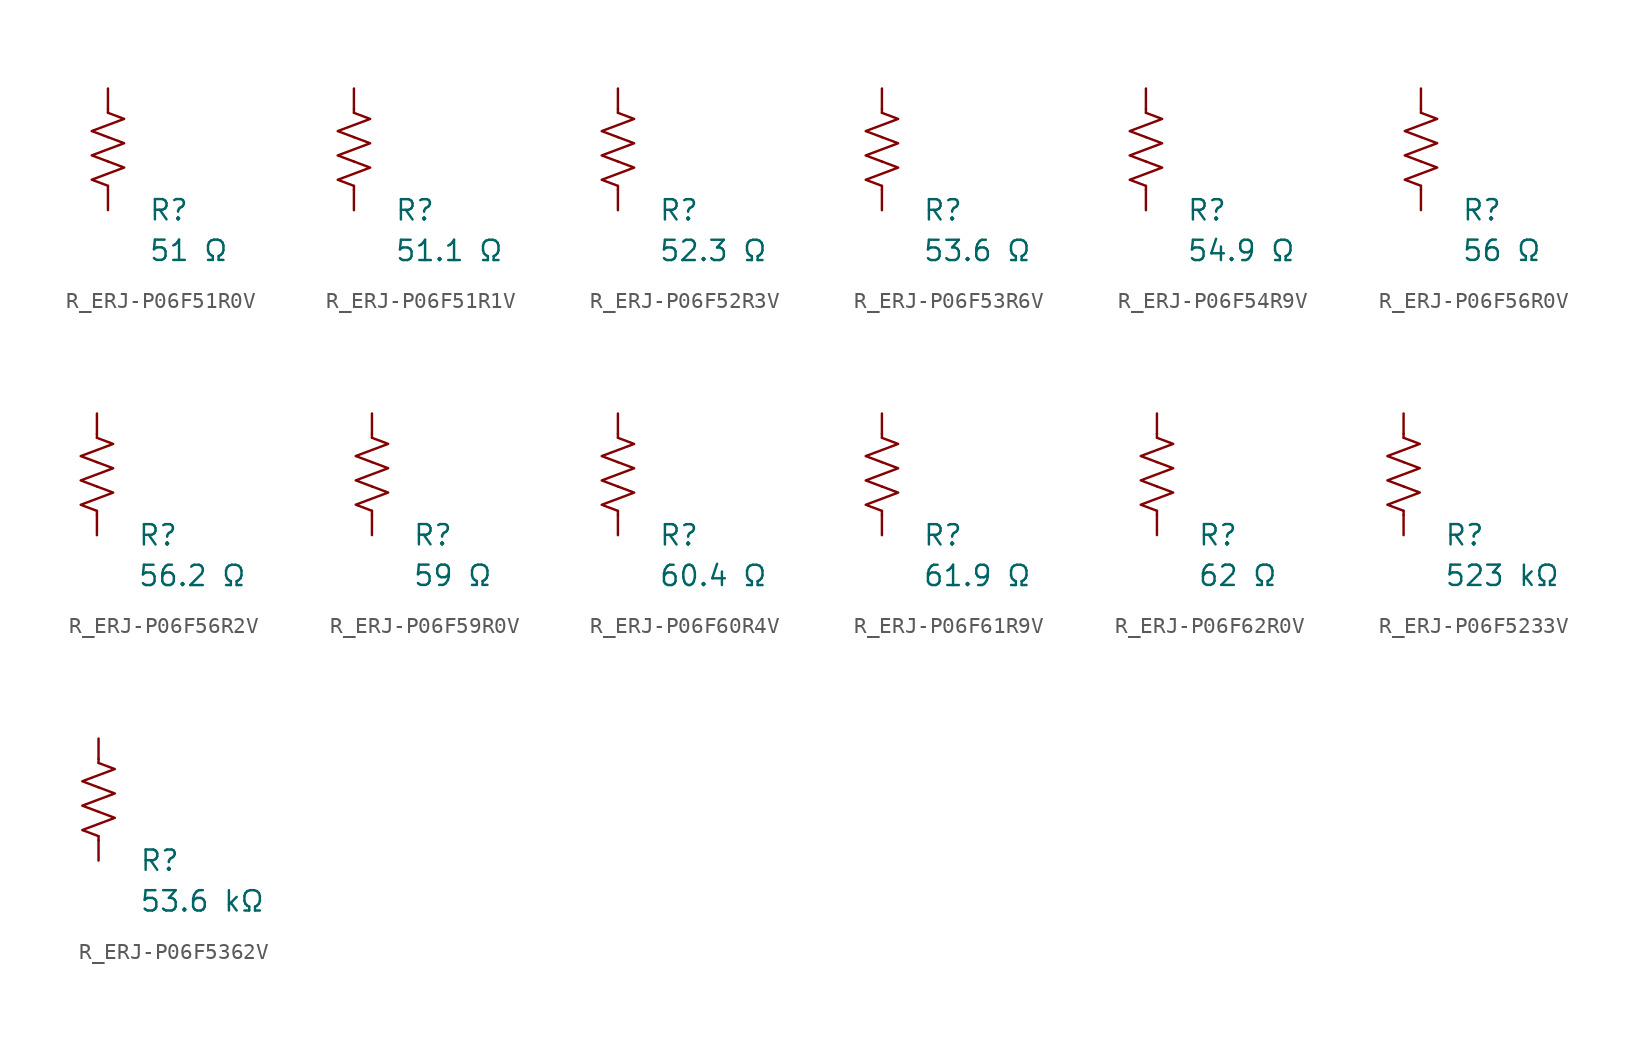
<source format=kicad_sym>
(kicad_symbol_lib
  (version 20231120)
  (generator "kicad_symbol_editor")
  (generator_version "8.0")
  (symbol "R_ERJ-P06F51R0V"
    (pin_numbers hide)
    (pin_names
      (offset 0))
    (property "Reference" "R"
      (at 2.54 -3.81 0)
      (effects (font (size 1.27 1.27)) (justify left))
      (show_name no))
    (property "Value" "51 Ω"
      (at 2.54 -6.35 0)
      (effects (font (size 1.27 1.27)) (justify left))
      (show_name no))
    (symbol "R_ERJ-P06F51R0V_0_1"
      (polyline (pts (xy 0 -2.286) (xy 0 -2.54)) (stroke (width 0) (type default)) (fill (type none)))
      (polyline (pts (xy 0 2.286) (xy 0 2.54)) (stroke (width 0) (type default)) (fill (type none)))
      (polyline (pts (xy 0 -0.762) (xy 1.016 -1.143) (xy 0 -1.524) (xy -1.016 -1.905) (xy 0 -2.286)) (stroke (width 0) (type default)) (fill (type none)))
      (polyline (pts (xy 0 0.762) (xy 1.016 0.381) (xy 0 0) (xy -1.016 -0.381) (xy 0 -0.762)) (stroke (width 0) (type default)) (fill (type none)))
      (polyline (pts (xy 0 2.286) (xy 1.016 1.905) (xy 0 1.524) (xy -1.016 1.143) (xy 0 0.762)) (stroke (width 0) (type default)) (fill (type none))))
    (symbol "R_ERJ-P06F51R0V_1_1"
      (pin passive line (at 0 3.81 270) (length 1.27) (name "~" (effects (font (size 1.27 1.27)))) (number "1" (effects (font (size 1.27 1.27)))))
      (pin passive line (at 0 -3.81 90) (length 1.27) (name "~" (effects (font (size 1.27 1.27)))) (number "2" (effects (font (size 1.27 1.27)))))))
  (symbol "R_ERJ-P06F51R1V"
    (pin_numbers hide)
    (pin_names
      (offset 0))
    (property "Reference" "R"
      (at 2.54 -3.81 0)
      (effects (font (size 1.27 1.27)) (justify left))
      (show_name no))
    (property "Value" "51.1 Ω"
      (at 2.54 -6.35 0)
      (effects (font (size 1.27 1.27)) (justify left))
      (show_name no))
    (symbol "R_ERJ-P06F51R1V_0_1"
      (polyline (pts (xy 0 -2.286) (xy 0 -2.54)) (stroke (width 0) (type default)) (fill (type none)))
      (polyline (pts (xy 0 2.286) (xy 0 2.54)) (stroke (width 0) (type default)) (fill (type none)))
      (polyline (pts (xy 0 -0.762) (xy 1.016 -1.143) (xy 0 -1.524) (xy -1.016 -1.905) (xy 0 -2.286)) (stroke (width 0) (type default)) (fill (type none)))
      (polyline (pts (xy 0 0.762) (xy 1.016 0.381) (xy 0 0) (xy -1.016 -0.381) (xy 0 -0.762)) (stroke (width 0) (type default)) (fill (type none)))
      (polyline (pts (xy 0 2.286) (xy 1.016 1.905) (xy 0 1.524) (xy -1.016 1.143) (xy 0 0.762)) (stroke (width 0) (type default)) (fill (type none))))
    (symbol "R_ERJ-P06F51R1V_1_1"
      (pin passive line (at 0 3.81 270) (length 1.27) (name "~" (effects (font (size 1.27 1.27)))) (number "1" (effects (font (size 1.27 1.27)))))
      (pin passive line (at 0 -3.81 90) (length 1.27) (name "~" (effects (font (size 1.27 1.27)))) (number "2" (effects (font (size 1.27 1.27)))))))
  (symbol "R_ERJ-P06F52R3V"
    (pin_numbers hide)
    (pin_names
      (offset 0))
    (property "Reference" "R"
      (at 2.54 -3.81 0)
      (effects (font (size 1.27 1.27)) (justify left))
      (show_name no))
    (property "Value" "52.3 Ω"
      (at 2.54 -6.35 0)
      (effects (font (size 1.27 1.27)) (justify left))
      (show_name no))
    (symbol "R_ERJ-P06F52R3V_0_1"
      (polyline (pts (xy 0 -2.286) (xy 0 -2.54)) (stroke (width 0) (type default)) (fill (type none)))
      (polyline (pts (xy 0 2.286) (xy 0 2.54)) (stroke (width 0) (type default)) (fill (type none)))
      (polyline (pts (xy 0 -0.762) (xy 1.016 -1.143) (xy 0 -1.524) (xy -1.016 -1.905) (xy 0 -2.286)) (stroke (width 0) (type default)) (fill (type none)))
      (polyline (pts (xy 0 0.762) (xy 1.016 0.381) (xy 0 0) (xy -1.016 -0.381) (xy 0 -0.762)) (stroke (width 0) (type default)) (fill (type none)))
      (polyline (pts (xy 0 2.286) (xy 1.016 1.905) (xy 0 1.524) (xy -1.016 1.143) (xy 0 0.762)) (stroke (width 0) (type default)) (fill (type none))))
    (symbol "R_ERJ-P06F52R3V_1_1"
      (pin passive line (at 0 3.81 270) (length 1.27) (name "~" (effects (font (size 1.27 1.27)))) (number "1" (effects (font (size 1.27 1.27)))))
      (pin passive line (at 0 -3.81 90) (length 1.27) (name "~" (effects (font (size 1.27 1.27)))) (number "2" (effects (font (size 1.27 1.27)))))))
  (symbol "R_ERJ-P06F53R6V"
    (pin_numbers hide)
    (pin_names
      (offset 0))
    (property "Reference" "R"
      (at 2.54 -3.81 0)
      (effects (font (size 1.27 1.27)) (justify left))
      (show_name no))
    (property "Value" "53.6 Ω"
      (at 2.54 -6.35 0)
      (effects (font (size 1.27 1.27)) (justify left))
      (show_name no))
    (symbol "R_ERJ-P06F53R6V_0_1"
      (polyline (pts (xy 0 -2.286) (xy 0 -2.54)) (stroke (width 0) (type default)) (fill (type none)))
      (polyline (pts (xy 0 2.286) (xy 0 2.54)) (stroke (width 0) (type default)) (fill (type none)))
      (polyline (pts (xy 0 -0.762) (xy 1.016 -1.143) (xy 0 -1.524) (xy -1.016 -1.905) (xy 0 -2.286)) (stroke (width 0) (type default)) (fill (type none)))
      (polyline (pts (xy 0 0.762) (xy 1.016 0.381) (xy 0 0) (xy -1.016 -0.381) (xy 0 -0.762)) (stroke (width 0) (type default)) (fill (type none)))
      (polyline (pts (xy 0 2.286) (xy 1.016 1.905) (xy 0 1.524) (xy -1.016 1.143) (xy 0 0.762)) (stroke (width 0) (type default)) (fill (type none))))
    (symbol "R_ERJ-P06F53R6V_1_1"
      (pin passive line (at 0 3.81 270) (length 1.27) (name "~" (effects (font (size 1.27 1.27)))) (number "1" (effects (font (size 1.27 1.27)))))
      (pin passive line (at 0 -3.81 90) (length 1.27) (name "~" (effects (font (size 1.27 1.27)))) (number "2" (effects (font (size 1.27 1.27)))))))
  (symbol "R_ERJ-P06F54R9V"
    (pin_numbers hide)
    (pin_names
      (offset 0))
    (property "Reference" "R"
      (at 2.54 -3.81 0)
      (effects (font (size 1.27 1.27)) (justify left))
      (show_name no))
    (property "Value" "54.9 Ω"
      (at 2.54 -6.35 0)
      (effects (font (size 1.27 1.27)) (justify left))
      (show_name no))
    (symbol "R_ERJ-P06F54R9V_0_1"
      (polyline (pts (xy 0 -2.286) (xy 0 -2.54)) (stroke (width 0) (type default)) (fill (type none)))
      (polyline (pts (xy 0 2.286) (xy 0 2.54)) (stroke (width 0) (type default)) (fill (type none)))
      (polyline (pts (xy 0 -0.762) (xy 1.016 -1.143) (xy 0 -1.524) (xy -1.016 -1.905) (xy 0 -2.286)) (stroke (width 0) (type default)) (fill (type none)))
      (polyline (pts (xy 0 0.762) (xy 1.016 0.381) (xy 0 0) (xy -1.016 -0.381) (xy 0 -0.762)) (stroke (width 0) (type default)) (fill (type none)))
      (polyline (pts (xy 0 2.286) (xy 1.016 1.905) (xy 0 1.524) (xy -1.016 1.143) (xy 0 0.762)) (stroke (width 0) (type default)) (fill (type none))))
    (symbol "R_ERJ-P06F54R9V_1_1"
      (pin passive line (at 0 3.81 270) (length 1.27) (name "~" (effects (font (size 1.27 1.27)))) (number "1" (effects (font (size 1.27 1.27)))))
      (pin passive line (at 0 -3.81 90) (length 1.27) (name "~" (effects (font (size 1.27 1.27)))) (number "2" (effects (font (size 1.27 1.27)))))))
  (symbol "R_ERJ-P06F56R0V"
    (pin_numbers hide)
    (pin_names
      (offset 0))
    (property "Reference" "R"
      (at 2.54 -3.81 0)
      (effects (font (size 1.27 1.27)) (justify left))
      (show_name no))
    (property "Value" "56 Ω"
      (at 2.54 -6.35 0)
      (effects (font (size 1.27 1.27)) (justify left))
      (show_name no))
    (symbol "R_ERJ-P06F56R0V_0_1"
      (polyline (pts (xy 0 -2.286) (xy 0 -2.54)) (stroke (width 0) (type default)) (fill (type none)))
      (polyline (pts (xy 0 2.286) (xy 0 2.54)) (stroke (width 0) (type default)) (fill (type none)))
      (polyline (pts (xy 0 -0.762) (xy 1.016 -1.143) (xy 0 -1.524) (xy -1.016 -1.905) (xy 0 -2.286)) (stroke (width 0) (type default)) (fill (type none)))
      (polyline (pts (xy 0 0.762) (xy 1.016 0.381) (xy 0 0) (xy -1.016 -0.381) (xy 0 -0.762)) (stroke (width 0) (type default)) (fill (type none)))
      (polyline (pts (xy 0 2.286) (xy 1.016 1.905) (xy 0 1.524) (xy -1.016 1.143) (xy 0 0.762)) (stroke (width 0) (type default)) (fill (type none))))
    (symbol "R_ERJ-P06F56R0V_1_1"
      (pin passive line (at 0 3.81 270) (length 1.27) (name "~" (effects (font (size 1.27 1.27)))) (number "1" (effects (font (size 1.27 1.27)))))
      (pin passive line (at 0 -3.81 90) (length 1.27) (name "~" (effects (font (size 1.27 1.27)))) (number "2" (effects (font (size 1.27 1.27)))))))
  (symbol "R_ERJ-P06F56R2V"
    (pin_numbers hide)
    (pin_names
      (offset 0))
    (property "Reference" "R"
      (at 2.54 -3.81 0)
      (effects (font (size 1.27 1.27)) (justify left))
      (show_name no))
    (property "Value" "56.2 Ω"
      (at 2.54 -6.35 0)
      (effects (font (size 1.27 1.27)) (justify left))
      (show_name no))
    (symbol "R_ERJ-P06F56R2V_0_1"
      (polyline (pts (xy 0 -2.286) (xy 0 -2.54)) (stroke (width 0) (type default)) (fill (type none)))
      (polyline (pts (xy 0 2.286) (xy 0 2.54)) (stroke (width 0) (type default)) (fill (type none)))
      (polyline (pts (xy 0 -0.762) (xy 1.016 -1.143) (xy 0 -1.524) (xy -1.016 -1.905) (xy 0 -2.286)) (stroke (width 0) (type default)) (fill (type none)))
      (polyline (pts (xy 0 0.762) (xy 1.016 0.381) (xy 0 0) (xy -1.016 -0.381) (xy 0 -0.762)) (stroke (width 0) (type default)) (fill (type none)))
      (polyline (pts (xy 0 2.286) (xy 1.016 1.905) (xy 0 1.524) (xy -1.016 1.143) (xy 0 0.762)) (stroke (width 0) (type default)) (fill (type none))))
    (symbol "R_ERJ-P06F56R2V_1_1"
      (pin passive line (at 0 3.81 270) (length 1.27) (name "~" (effects (font (size 1.27 1.27)))) (number "1" (effects (font (size 1.27 1.27)))))
      (pin passive line (at 0 -3.81 90) (length 1.27) (name "~" (effects (font (size 1.27 1.27)))) (number "2" (effects (font (size 1.27 1.27)))))))
  (symbol "R_ERJ-P06F59R0V"
    (pin_numbers hide)
    (pin_names
      (offset 0))
    (property "Reference" "R"
      (at 2.54 -3.81 0)
      (effects (font (size 1.27 1.27)) (justify left))
      (show_name no))
    (property "Value" "59 Ω"
      (at 2.54 -6.35 0)
      (effects (font (size 1.27 1.27)) (justify left))
      (show_name no))
    (symbol "R_ERJ-P06F59R0V_0_1"
      (polyline (pts (xy 0 -2.286) (xy 0 -2.54)) (stroke (width 0) (type default)) (fill (type none)))
      (polyline (pts (xy 0 2.286) (xy 0 2.54)) (stroke (width 0) (type default)) (fill (type none)))
      (polyline (pts (xy 0 -0.762) (xy 1.016 -1.143) (xy 0 -1.524) (xy -1.016 -1.905) (xy 0 -2.286)) (stroke (width 0) (type default)) (fill (type none)))
      (polyline (pts (xy 0 0.762) (xy 1.016 0.381) (xy 0 0) (xy -1.016 -0.381) (xy 0 -0.762)) (stroke (width 0) (type default)) (fill (type none)))
      (polyline (pts (xy 0 2.286) (xy 1.016 1.905) (xy 0 1.524) (xy -1.016 1.143) (xy 0 0.762)) (stroke (width 0) (type default)) (fill (type none))))
    (symbol "R_ERJ-P06F59R0V_1_1"
      (pin passive line (at 0 3.81 270) (length 1.27) (name "~" (effects (font (size 1.27 1.27)))) (number "1" (effects (font (size 1.27 1.27)))))
      (pin passive line (at 0 -3.81 90) (length 1.27) (name "~" (effects (font (size 1.27 1.27)))) (number "2" (effects (font (size 1.27 1.27)))))))
  (symbol "R_ERJ-P06F60R4V"
    (pin_numbers hide)
    (pin_names
      (offset 0))
    (property "Reference" "R"
      (at 2.54 -3.81 0)
      (effects (font (size 1.27 1.27)) (justify left))
      (show_name no))
    (property "Value" "60.4 Ω"
      (at 2.54 -6.35 0)
      (effects (font (size 1.27 1.27)) (justify left))
      (show_name no))
    (symbol "R_ERJ-P06F60R4V_0_1"
      (polyline (pts (xy 0 -2.286) (xy 0 -2.54)) (stroke (width 0) (type default)) (fill (type none)))
      (polyline (pts (xy 0 2.286) (xy 0 2.54)) (stroke (width 0) (type default)) (fill (type none)))
      (polyline (pts (xy 0 -0.762) (xy 1.016 -1.143) (xy 0 -1.524) (xy -1.016 -1.905) (xy 0 -2.286)) (stroke (width 0) (type default)) (fill (type none)))
      (polyline (pts (xy 0 0.762) (xy 1.016 0.381) (xy 0 0) (xy -1.016 -0.381) (xy 0 -0.762)) (stroke (width 0) (type default)) (fill (type none)))
      (polyline (pts (xy 0 2.286) (xy 1.016 1.905) (xy 0 1.524) (xy -1.016 1.143) (xy 0 0.762)) (stroke (width 0) (type default)) (fill (type none))))
    (symbol "R_ERJ-P06F60R4V_1_1"
      (pin passive line (at 0 3.81 270) (length 1.27) (name "~" (effects (font (size 1.27 1.27)))) (number "1" (effects (font (size 1.27 1.27)))))
      (pin passive line (at 0 -3.81 90) (length 1.27) (name "~" (effects (font (size 1.27 1.27)))) (number "2" (effects (font (size 1.27 1.27)))))))
  (symbol "R_ERJ-P06F61R9V"
    (pin_numbers hide)
    (pin_names
      (offset 0))
    (property "Reference" "R"
      (at 2.54 -3.81 0)
      (effects (font (size 1.27 1.27)) (justify left))
      (show_name no))
    (property "Value" "61.9 Ω"
      (at 2.54 -6.35 0)
      (effects (font (size 1.27 1.27)) (justify left))
      (show_name no))
    (symbol "R_ERJ-P06F61R9V_0_1"
      (polyline (pts (xy 0 -2.286) (xy 0 -2.54)) (stroke (width 0) (type default)) (fill (type none)))
      (polyline (pts (xy 0 2.286) (xy 0 2.54)) (stroke (width 0) (type default)) (fill (type none)))
      (polyline (pts (xy 0 -0.762) (xy 1.016 -1.143) (xy 0 -1.524) (xy -1.016 -1.905) (xy 0 -2.286)) (stroke (width 0) (type default)) (fill (type none)))
      (polyline (pts (xy 0 0.762) (xy 1.016 0.381) (xy 0 0) (xy -1.016 -0.381) (xy 0 -0.762)) (stroke (width 0) (type default)) (fill (type none)))
      (polyline (pts (xy 0 2.286) (xy 1.016 1.905) (xy 0 1.524) (xy -1.016 1.143) (xy 0 0.762)) (stroke (width 0) (type default)) (fill (type none))))
    (symbol "R_ERJ-P06F61R9V_1_1"
      (pin passive line (at 0 3.81 270) (length 1.27) (name "~" (effects (font (size 1.27 1.27)))) (number "1" (effects (font (size 1.27 1.27)))))
      (pin passive line (at 0 -3.81 90) (length 1.27) (name "~" (effects (font (size 1.27 1.27)))) (number "2" (effects (font (size 1.27 1.27)))))))
  (symbol "R_ERJ-P06F62R0V"
    (pin_numbers hide)
    (pin_names
      (offset 0))
    (property "Reference" "R"
      (at 2.54 -3.81 0)
      (effects (font (size 1.27 1.27)) (justify left))
      (show_name no))
    (property "Value" "62 Ω"
      (at 2.54 -6.35 0)
      (effects (font (size 1.27 1.27)) (justify left))
      (show_name no))
    (symbol "R_ERJ-P06F62R0V_0_1"
      (polyline (pts (xy 0 -2.286) (xy 0 -2.54)) (stroke (width 0) (type default)) (fill (type none)))
      (polyline (pts (xy 0 2.286) (xy 0 2.54)) (stroke (width 0) (type default)) (fill (type none)))
      (polyline (pts (xy 0 -0.762) (xy 1.016 -1.143) (xy 0 -1.524) (xy -1.016 -1.905) (xy 0 -2.286)) (stroke (width 0) (type default)) (fill (type none)))
      (polyline (pts (xy 0 0.762) (xy 1.016 0.381) (xy 0 0) (xy -1.016 -0.381) (xy 0 -0.762)) (stroke (width 0) (type default)) (fill (type none)))
      (polyline (pts (xy 0 2.286) (xy 1.016 1.905) (xy 0 1.524) (xy -1.016 1.143) (xy 0 0.762)) (stroke (width 0) (type default)) (fill (type none))))
    (symbol "R_ERJ-P06F62R0V_1_1"
      (pin passive line (at 0 3.81 270) (length 1.27) (name "~" (effects (font (size 1.27 1.27)))) (number "1" (effects (font (size 1.27 1.27)))))
      (pin passive line (at 0 -3.81 90) (length 1.27) (name "~" (effects (font (size 1.27 1.27)))) (number "2" (effects (font (size 1.27 1.27)))))))
  (symbol "R_ERJ-P06F5233V"
    (pin_numbers hide)
    (pin_names
      (offset 0))
    (property "Reference" "R"
      (at 2.54 -3.81 0)
      (effects (font (size 1.27 1.27)) (justify left))
      (show_name no))
    (property "Value" "523 kΩ"
      (at 2.54 -6.35 0)
      (effects (font (size 1.27 1.27)) (justify left))
      (show_name no))
    (symbol "R_ERJ-P06F5233V_0_1"
      (polyline (pts (xy 0 -2.286) (xy 0 -2.54)) (stroke (width 0) (type default)) (fill (type none)))
      (polyline (pts (xy 0 2.286) (xy 0 2.54)) (stroke (width 0) (type default)) (fill (type none)))
      (polyline (pts (xy 0 -0.762) (xy 1.016 -1.143) (xy 0 -1.524) (xy -1.016 -1.905) (xy 0 -2.286)) (stroke (width 0) (type default)) (fill (type none)))
      (polyline (pts (xy 0 0.762) (xy 1.016 0.381) (xy 0 0) (xy -1.016 -0.381) (xy 0 -0.762)) (stroke (width 0) (type default)) (fill (type none)))
      (polyline (pts (xy 0 2.286) (xy 1.016 1.905) (xy 0 1.524) (xy -1.016 1.143) (xy 0 0.762)) (stroke (width 0) (type default)) (fill (type none))))
    (symbol "R_ERJ-P06F5233V_1_1"
      (pin passive line (at 0 3.81 270) (length 1.27) (name "~" (effects (font (size 1.27 1.27)))) (number "1" (effects (font (size 1.27 1.27)))))
      (pin passive line (at 0 -3.81 90) (length 1.27) (name "~" (effects (font (size 1.27 1.27)))) (number "2" (effects (font (size 1.27 1.27)))))))
  (symbol "R_ERJ-P06F5362V"
    (pin_numbers hide)
    (pin_names
      (offset 0))
    (property "Reference" "R"
      (at 2.54 -3.81 0)
      (effects (font (size 1.27 1.27)) (justify left))
      (show_name no))
    (property "Value" "53.6 kΩ"
      (at 2.54 -6.35 0)
      (effects (font (size 1.27 1.27)) (justify left))
      (show_name no))
    (symbol "R_ERJ-P06F5362V_0_1"
      (polyline (pts (xy 0 -2.286) (xy 0 -2.54)) (stroke (width 0) (type default)) (fill (type none)))
      (polyline (pts (xy 0 2.286) (xy 0 2.54)) (stroke (width 0) (type default)) (fill (type none)))
      (polyline (pts (xy 0 -0.762) (xy 1.016 -1.143) (xy 0 -1.524) (xy -1.016 -1.905) (xy 0 -2.286)) (stroke (width 0) (type default)) (fill (type none)))
      (polyline (pts (xy 0 0.762) (xy 1.016 0.381) (xy 0 0) (xy -1.016 -0.381) (xy 0 -0.762)) (stroke (width 0) (type default)) (fill (type none)))
      (polyline (pts (xy 0 2.286) (xy 1.016 1.905) (xy 0 1.524) (xy -1.016 1.143) (xy 0 0.762)) (stroke (width 0) (type default)) (fill (type none))))
    (symbol "R_ERJ-P06F5362V_1_1"
      (pin passive line (at 0 3.81 270) (length 1.27) (name "~" (effects (font (size 1.27 1.27)))) (number "1" (effects (font (size 1.27 1.27)))))
      (pin passive line (at 0 -3.81 90) (length 1.27) (name "~" (effects (font (size 1.27 1.27)))) (number "2" (effects (font (size 1.27 1.27))))))))
</source>
